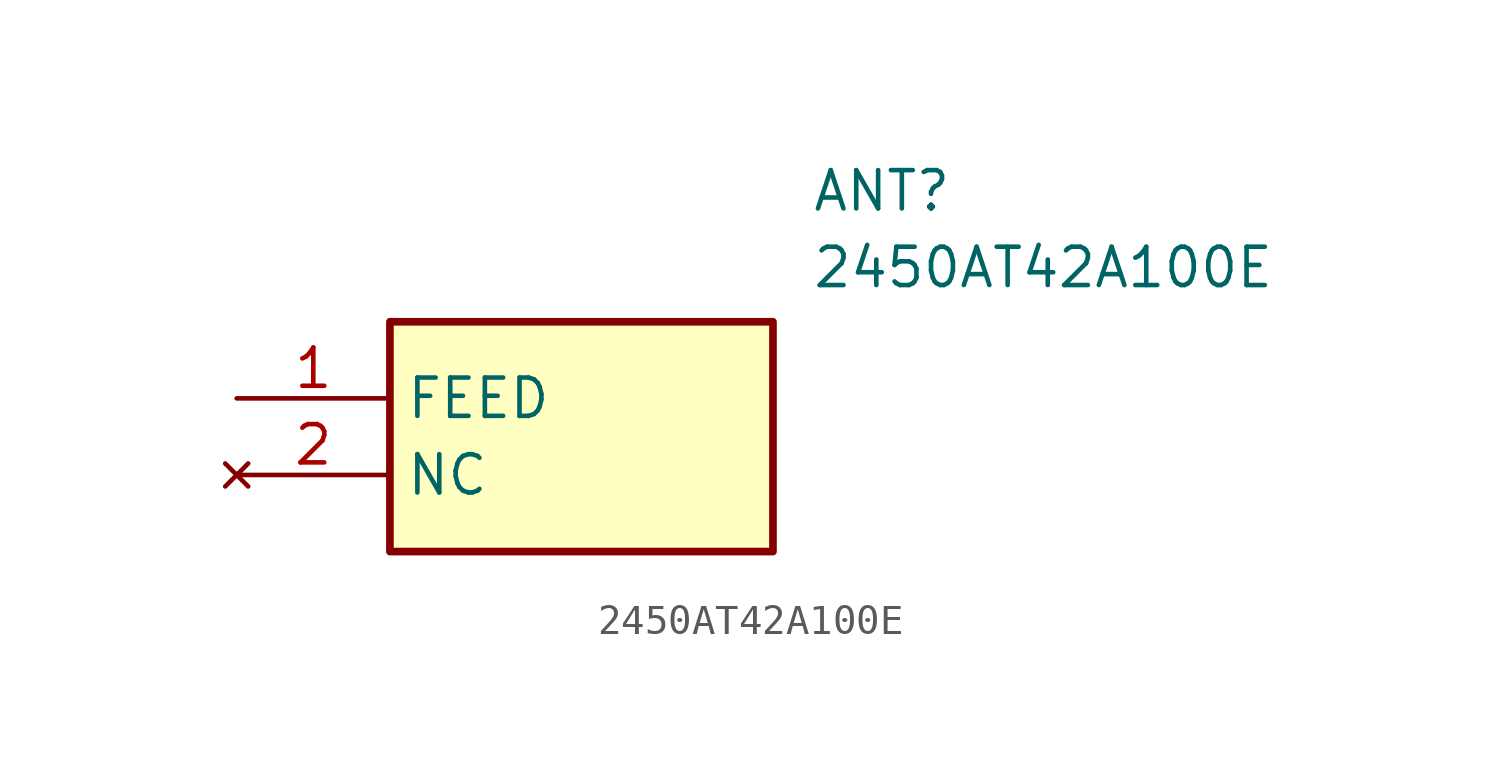
<source format=kicad_sym>
(kicad_symbol_lib
  (version 20211014)
  (generator SamacSys_ECAD_Model)
  (symbol "2450AT42A100E"
    (property "Reference" "ANT"
      (at 19.05 7.62 0)
      (effects (font (size 1.27 1.27)) (justify left top)))
    (property "Value" "2450AT42A100E"
      (at 19.05 5.08 0)
      (effects (font (size 1.27 1.27)) (justify left top)))
    (rectangle
      (start 5.08 2.54)
      (end 17.78 -5.08)
      (stroke (width 0.254) (type default))
      (fill (type background)))
    (pin input line
      (at 0 0 0)
      (length 5.08)
      (name "FEED" (effects (font (size 1.27 1.27))))
      (number "1" (effects (font (size 1.27 1.27)))))
    (pin no_connect line
      (at 0 -2.54 0)
      (length 5.08)
      (name "NC" (effects (font (size 1.27 1.27))))
      (number "2" (effects (font (size 1.27 1.27)))))))
</source>
